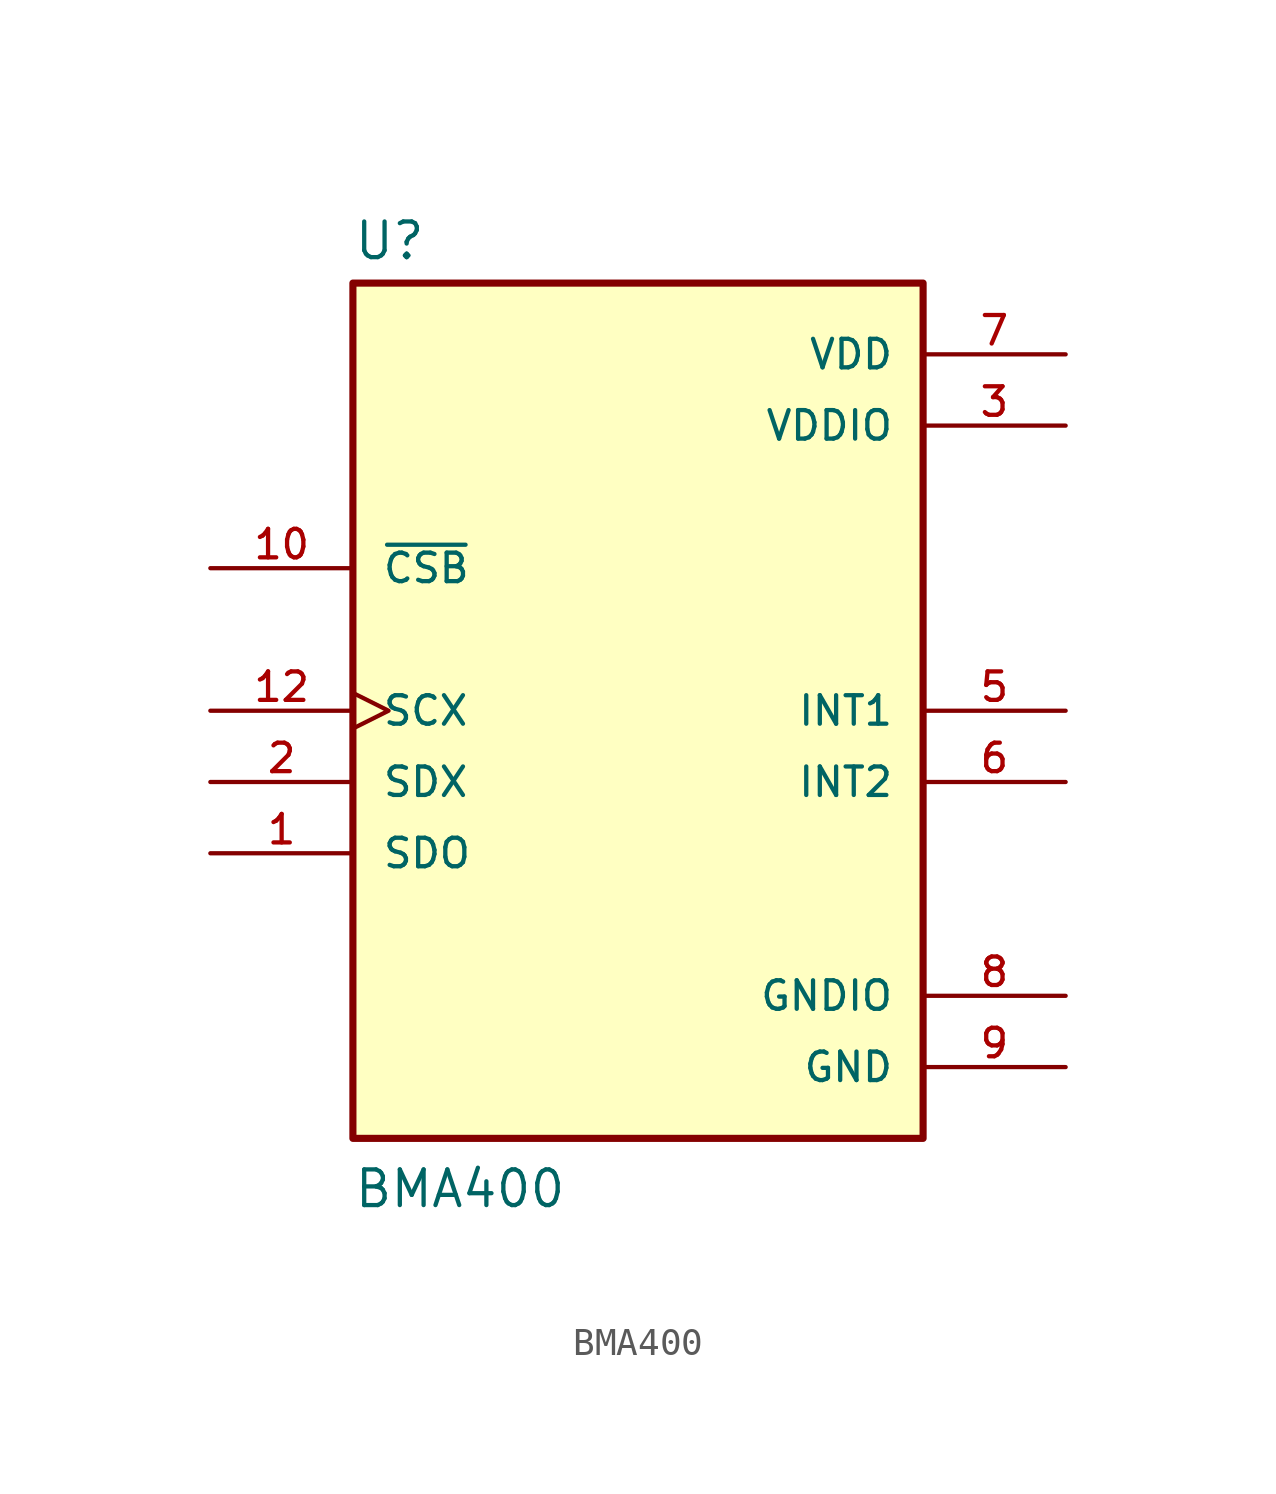
<source format=kicad_sym>
(kicad_symbol_lib
  (version 20211014)
  (generator kicad_symbol_editor)
  (symbol "BMA400"
    (pin_names
      (offset 1.016))
    (property "Reference" "U"
      (at -10.16 16.002 0)
      (effects (font (size 1.27 1.27)) (justify bottom left)))
    (property "Value" "BMA400"
      (at -10.16 -17.78 0)
      (effects (font (size 1.27 1.27)) (justify bottom left)))
    (symbol "BMA400_0_0"
      (rectangle (start -10.16 -15.24) (end 10.16 15.24) (stroke (width 0.254)) (fill (type background)))
      (pin bidirectional line (at -15.24 -5.08 0) (length 5.08) (name "SDO" (effects (font (size 1.016 1.016)))) (number "1" (effects (font (size 1.016 1.016)))))
      (pin power_in line (at 15.24 10.16 180.0) (length 5.08) (name "VDDIO" (effects (font (size 1.016 1.016)))) (number "3" (effects (font (size 1.016 1.016)))))
      (pin bidirectional line (at -15.24 -2.54 0) (length 5.08) (name "SDX" (effects (font (size 1.016 1.016)))) (number "2" (effects (font (size 1.016 1.016)))))
      (pin bidirectional line (at 15.24 0.0 180.0) (length 5.08) (name "INT1" (effects (font (size 1.016 1.016)))) (number "5" (effects (font (size 1.016 1.016)))))
      (pin bidirectional line (at 15.24 -2.54 180.0) (length 5.08) (name "INT2" (effects (font (size 1.016 1.016)))) (number "6" (effects (font (size 1.016 1.016)))))
      (pin power_in line (at 15.24 12.7 180.0) (length 5.08) (name "VDD" (effects (font (size 1.016 1.016)))) (number "7" (effects (font (size 1.016 1.016)))))
      (pin power_in line (at 15.24 -10.16 180.0) (length 5.08) (name "GNDIO" (effects (font (size 1.016 1.016)))) (number "8" (effects (font (size 1.016 1.016)))))
      (pin input line (at -15.24 5.08 0) (length 5.08) (name "~{CSB}" (effects (font (size 1.016 1.016)))) (number "10" (effects (font (size 1.016 1.016)))))
      (pin power_in line (at 15.24 -12.7 180.0) (length 5.08) (name "GND" (effects (font (size 1.016 1.016)))) (number "9" (effects (font (size 1.016 1.016)))))
      (pin input clock (at -15.24 0.0 0) (length 5.08) (name "SCX" (effects (font (size 1.016 1.016)))) (number "12" (effects (font (size 1.016 1.016))))))))
</source>
